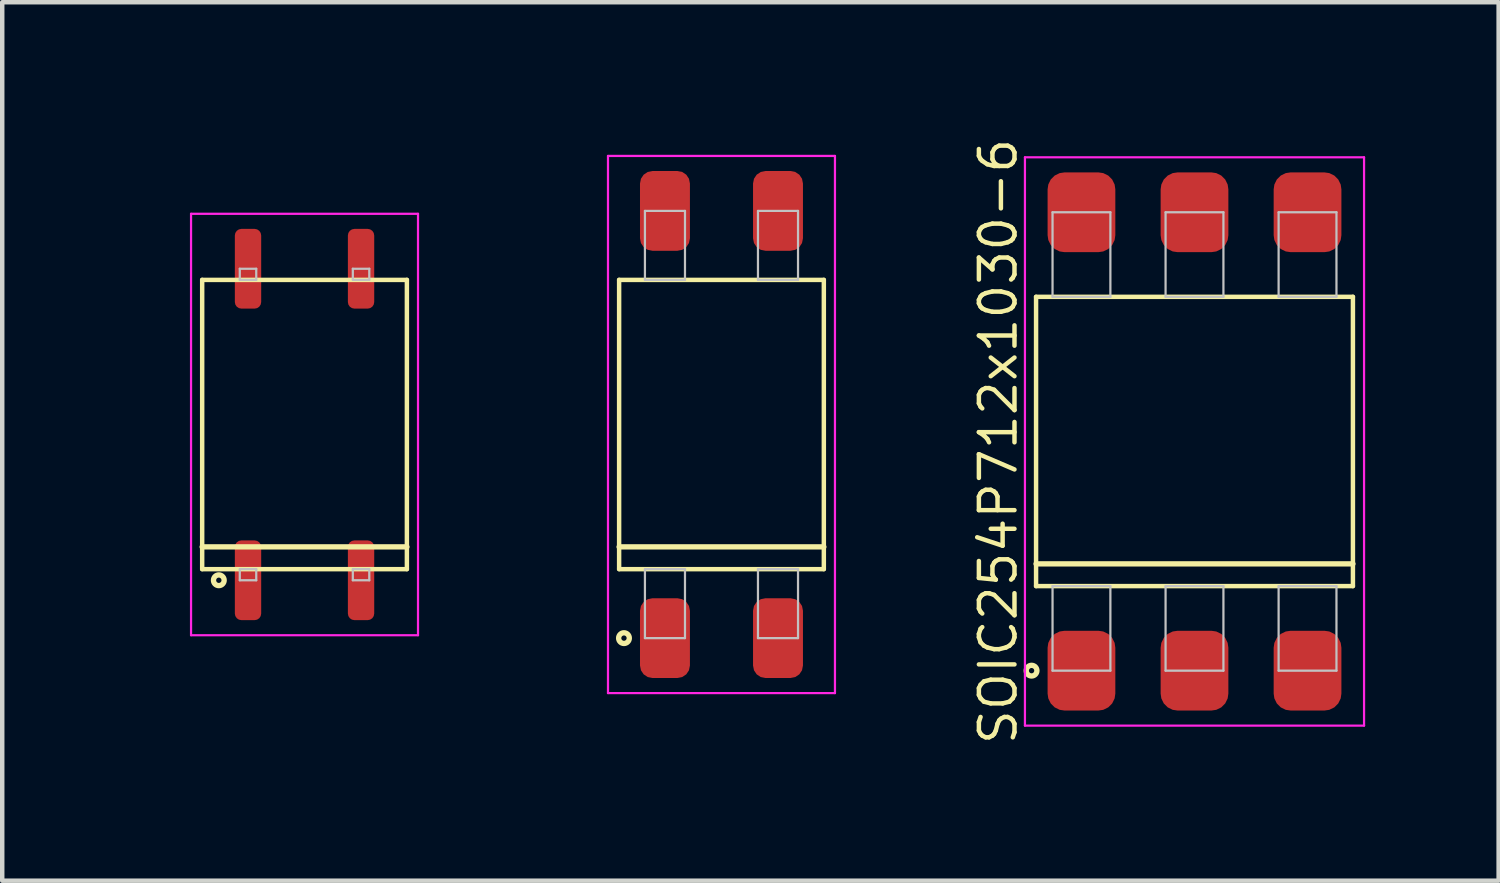
<source format=kicad_pcb>
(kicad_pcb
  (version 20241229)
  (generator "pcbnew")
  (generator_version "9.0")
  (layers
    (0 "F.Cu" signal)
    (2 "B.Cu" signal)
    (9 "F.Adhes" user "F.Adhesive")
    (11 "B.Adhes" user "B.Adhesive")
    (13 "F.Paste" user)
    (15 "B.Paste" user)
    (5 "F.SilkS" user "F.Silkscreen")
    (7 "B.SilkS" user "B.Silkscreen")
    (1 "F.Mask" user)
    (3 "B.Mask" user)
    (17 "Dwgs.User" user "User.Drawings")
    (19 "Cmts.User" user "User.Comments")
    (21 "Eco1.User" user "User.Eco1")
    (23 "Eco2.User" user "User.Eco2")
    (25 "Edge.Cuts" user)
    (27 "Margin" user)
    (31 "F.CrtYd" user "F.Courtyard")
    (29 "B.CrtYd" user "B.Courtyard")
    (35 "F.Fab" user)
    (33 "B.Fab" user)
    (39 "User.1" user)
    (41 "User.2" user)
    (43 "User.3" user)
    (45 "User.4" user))
  (footprint "SOIC254P712x1030-6"
    (layer "F.Cu")
    (at 23.791 6.87)
    (property "Reference" "SOIC254P712x1030-6" (at -4.41 0 90) (layer "F.SilkS") (effects (font (size 0.8 0.8) (thickness 0.1))))
    (attr through_hole)
    (fp_line (start -3.56 -3.25) (end -3.56 3.25) (stroke (width 0.1) (type solid)) (layer "F.SilkS"))
    (fp_line (start -3.56 2.75) (end 3.56 2.75) (stroke (width 0.12) (type solid)) (layer "F.SilkS"))
    (fp_line (start -3.56 3.25) (end 3.56 3.25) (stroke (width 0.1) (type solid)) (layer "F.SilkS"))
    (fp_line (start 3.56 -3.25) (end -3.56 -3.25) (stroke (width 0.1) (type solid)) (layer "F.SilkS"))
    (fp_line (start 3.56 3.25) (end 3.56 -3.25) (stroke (width 0.1) (type solid)) (layer "F.SilkS"))
    (fp_circle (center -3.661 5.15) (end -3.541 5.15) (stroke (width 0.12) (type solid)) (fill no) (layer "F.SilkS"))
    (fp_line (start -3.19 -5.15) (end -3.19 -3.25) (stroke (width 0.05) (type solid)) (layer "Dwgs.User"))
    (fp_line (start -3.19 -3.25) (end -1.89 -3.25) (stroke (width 0.05) (type solid)) (layer "Dwgs.User"))
    (fp_line (start -3.19 3.25) (end -1.89 3.25) (stroke (width 0.05) (type solid)) (layer "Dwgs.User"))
    (fp_line (start -3.19 5.15) (end -3.19 3.25) (stroke (width 0.05) (type solid)) (layer "Dwgs.User"))
    (fp_line (start -1.89 -5.15) (end -3.19 -5.15) (stroke (width 0.05) (type solid)) (layer "Dwgs.User"))
    (fp_line (start -1.89 -3.25) (end -1.89 -5.15) (stroke (width 0.05) (type solid)) (layer "Dwgs.User"))
    (fp_line (start -1.89 3.25) (end -1.89 5.15) (stroke (width 0.05) (type solid)) (layer "Dwgs.User"))
    (fp_line (start -1.89 5.15) (end -3.19 5.15) (stroke (width 0.05) (type solid)) (layer "Dwgs.User"))
    (fp_line (start -0.65 -5.15) (end -0.65 -3.25) (stroke (width 0.05) (type solid)) (layer "Dwgs.User"))
    (fp_line (start -0.65 -3.25) (end 0.65 -3.25) (stroke (width 0.05) (type solid)) (layer "Dwgs.User"))
    (fp_line (start -0.65 3.25) (end 0.65 3.25) (stroke (width 0.05) (type solid)) (layer "Dwgs.User"))
    (fp_line (start -0.65 5.15) (end -0.65 3.25) (stroke (width 0.05) (type solid)) (layer "Dwgs.User"))
    (fp_line (start 0.65 -5.15) (end -0.65 -5.15) (stroke (width 0.05) (type solid)) (layer "Dwgs.User"))
    (fp_line (start 0.65 -3.25) (end 0.65 -5.15) (stroke (width 0.05) (type solid)) (layer "Dwgs.User"))
    (fp_line (start 0.65 3.25) (end 0.65 5.15) (stroke (width 0.05) (type solid)) (layer "Dwgs.User"))
    (fp_line (start 0.65 5.15) (end -0.65 5.15) (stroke (width 0.05) (type solid)) (layer "Dwgs.User"))
    (fp_line (start 1.89 -5.15) (end 1.89 -3.25) (stroke (width 0.05) (type solid)) (layer "Dwgs.User"))
    (fp_line (start 1.89 -3.25) (end 3.19 -3.25) (stroke (width 0.05) (type solid)) (layer "Dwgs.User"))
    (fp_line (start 1.89 3.25) (end 3.19 3.25) (stroke (width 0.05) (type solid)) (layer "Dwgs.User"))
    (fp_line (start 1.89 5.15) (end 1.89 3.25) (stroke (width 0.05) (type solid)) (layer "Dwgs.User"))
    (fp_line (start 3.19 -5.15) (end 1.89 -5.15) (stroke (width 0.05) (type solid)) (layer "Dwgs.User"))
    (fp_line (start 3.19 -3.25) (end 3.19 -5.15) (stroke (width 0.05) (type solid)) (layer "Dwgs.User"))
    (fp_line (start 3.19 3.25) (end 3.19 5.15) (stroke (width 0.05) (type solid)) (layer "Dwgs.User"))
    (fp_line (start 3.19 5.15) (end 1.89 5.15) (stroke (width 0.05) (type solid)) (layer "Dwgs.User"))
    (fp_line (start -3.81 -6.385) (end -3.81 6.385) (stroke (width 0.05) (type solid)) (layer "F.CrtYd"))
    (fp_line (start -3.81 6.385) (end 3.81 6.385) (stroke (width 0.05) (type solid)) (layer "F.CrtYd"))
    (fp_line (start 3.81 -6.385) (end -3.81 -6.385) (stroke (width 0.05) (type solid)) (layer "F.CrtYd"))
    (fp_line (start 3.81 6.385) (end 3.81 -6.385) (stroke (width 0.05) (type solid)) (layer "F.CrtYd"))
    (pad "1" smd roundrect (at -2.54 5.15) (size 1.522 1.792) (layers "F.Cu" "F.Mask" "F.Paste") (roundrect_rratio 0.25))
    (pad "2" smd roundrect (at 0 5.15) (size 1.522 1.792) (layers "F.Cu" "F.Mask" "F.Paste") (roundrect_rratio 0.25))
    (pad "3" smd roundrect (at 2.54 5.15) (size 1.522 1.792) (layers "F.Cu" "F.Mask" "F.Paste") (roundrect_rratio 0.25))
    (pad "4" smd roundrect (at 2.54 -5.15) (size 1.522 1.792) (layers "F.Cu" "F.Mask" "F.Paste") (roundrect_rratio 0.25))
    (pad "5" smd roundrect (at 0 -5.15) (size 1.522 1.792) (layers "F.Cu" "F.Mask" "F.Paste") (roundrect_rratio 0.25))
    (pad "6" smd roundrect (at -2.54 -5.15) (size 1.522 1.792) (layers "F.Cu" "F.Mask" "F.Paste") (roundrect_rratio 0.25)))
  (footprint "SOIC254P460x700-4"
    (layer "F.Cu")
    (at 3.793 6.489)
    (property "Reference" "SOIC254P460x700-4" (at -3.15 0 90) (layer "User.1") (effects (font (size 0.8 0.8) (thickness 0.1))))
    (attr through_hole)
    (fp_line (start -2.3 -3.25) (end -2.3 3.25) (stroke (width 0.1) (type solid)) (layer "F.SilkS"))
    (fp_line (start -2.3 2.75) (end 2.3 2.75) (stroke (width 0.12) (type solid)) (layer "F.SilkS"))
    (fp_line (start -2.3 3.25) (end 2.3 3.25) (stroke (width 0.1) (type solid)) (layer "F.SilkS"))
    (fp_line (start 2.3 -3.25) (end -2.3 -3.25) (stroke (width 0.1) (type solid)) (layer "F.SilkS"))
    (fp_line (start 2.3 3.25) (end 2.3 -3.25) (stroke (width 0.1) (type solid)) (layer "F.SilkS"))
    (fp_circle (center -1.926 3.5) (end -1.806 3.5) (stroke (width 0.12) (type solid)) (fill no) (layer "F.SilkS"))
    (fp_line (start -1.455 -3.5) (end -1.455 -3.25) (stroke (width 0.05) (type solid)) (layer "Dwgs.User"))
    (fp_line (start -1.455 -3.25) (end -1.085 -3.25) (stroke (width 0.05) (type solid)) (layer "Dwgs.User"))
    (fp_line (start -1.455 3.25) (end -1.085 3.25) (stroke (width 0.05) (type solid)) (layer "Dwgs.User"))
    (fp_line (start -1.455 3.5) (end -1.455 3.25) (stroke (width 0.05) (type solid)) (layer "Dwgs.User"))
    (fp_line (start -1.085 -3.5) (end -1.455 -3.5) (stroke (width 0.05) (type solid)) (layer "Dwgs.User"))
    (fp_line (start -1.085 -3.25) (end -1.085 -3.5) (stroke (width 0.05) (type solid)) (layer "Dwgs.User"))
    (fp_line (start -1.085 3.25) (end -1.085 3.5) (stroke (width 0.05) (type solid)) (layer "Dwgs.User"))
    (fp_line (start -1.085 3.5) (end -1.455 3.5) (stroke (width 0.05) (type solid)) (layer "Dwgs.User"))
    (fp_line (start 1.085 -3.5) (end 1.085 -3.25) (stroke (width 0.05) (type solid)) (layer "Dwgs.User"))
    (fp_line (start 1.085 -3.25) (end 1.455 -3.25) (stroke (width 0.05) (type solid)) (layer "Dwgs.User"))
    (fp_line (start 1.085 3.25) (end 1.455 3.25) (stroke (width 0.05) (type solid)) (layer "Dwgs.User"))
    (fp_line (start 1.085 3.5) (end 1.085 3.25) (stroke (width 0.05) (type solid)) (layer "Dwgs.User"))
    (fp_line (start 1.455 -3.5) (end 1.085 -3.5) (stroke (width 0.05) (type solid)) (layer "Dwgs.User"))
    (fp_line (start 1.455 -3.25) (end 1.455 -3.5) (stroke (width 0.05) (type solid)) (layer "Dwgs.User"))
    (fp_line (start 1.455 3.25) (end 1.455 3.5) (stroke (width 0.05) (type solid)) (layer "Dwgs.User"))
    (fp_line (start 1.455 3.5) (end 1.085 3.5) (stroke (width 0.05) (type solid)) (layer "Dwgs.User"))
    (fp_line (start -2.55 -4.735) (end -2.55 4.735) (stroke (width 0.05) (type solid)) (layer "F.CrtYd"))
    (fp_line (start -2.55 4.735) (end 2.55 4.735) (stroke (width 0.05) (type solid)) (layer "F.CrtYd"))
    (fp_line (start 2.55 -4.735) (end -2.55 -4.735) (stroke (width 0.05) (type solid)) (layer "F.CrtYd"))
    (fp_line (start 2.55 4.735) (end 2.55 -4.735) (stroke (width 0.05) (type solid)) (layer "F.CrtYd"))
    (pad "1" smd roundrect (at -1.27 3.5) (size 0.592 1.792) (layers "F.Cu" "F.Mask" "F.Paste") (roundrect_rratio 0.25))
    (pad "2" smd roundrect (at 1.27 3.5) (size 0.592 1.792) (layers "F.Cu" "F.Mask" "F.Paste") (roundrect_rratio 0.25))
    (pad "3" smd roundrect (at 1.27 -3.5) (size 0.592 1.792) (layers "F.Cu" "F.Mask" "F.Paste") (roundrect_rratio 0.25))
    (pad "4" smd roundrect (at -1.27 -3.5) (size 0.592 1.792) (layers "F.Cu" "F.Mask" "F.Paste") (roundrect_rratio 0.25)))
  (footprint "SOIC254P460x960-4"
    (layer "F.Cu")
    (at 13.162 6.489)
    (property "Reference" "SOIC254P460x960-4" (at -3.15 0 90) (layer "User.1") (effects (font (size 0.8 0.8) (thickness 0.1))))
    (attr through_hole)
    (fp_line (start -2.3 -3.25) (end -2.3 3.25) (stroke (width 0.1) (type solid)) (layer "F.SilkS"))
    (fp_line (start -2.3 2.75) (end 2.3 2.75) (stroke (width 0.12) (type solid)) (layer "F.SilkS"))
    (fp_line (start -2.3 3.25) (end 2.3 3.25) (stroke (width 0.1) (type solid)) (layer "F.SilkS"))
    (fp_line (start 2.3 -3.25) (end -2.3 -3.25) (stroke (width 0.1) (type solid)) (layer "F.SilkS"))
    (fp_line (start 2.3 3.25) (end 2.3 -3.25) (stroke (width 0.1) (type solid)) (layer "F.SilkS"))
    (fp_circle (center -2.191 4.8) (end -2.071 4.8) (stroke (width 0.12) (type solid)) (fill no) (layer "F.SilkS"))
    (fp_line (start -1.72 -4.8) (end -1.72 -3.25) (stroke (width 0.05) (type solid)) (layer "Dwgs.User"))
    (fp_line (start -1.72 -3.25) (end -0.82 -3.25) (stroke (width 0.05) (type solid)) (layer "Dwgs.User"))
    (fp_line (start -1.72 3.25) (end -0.82 3.25) (stroke (width 0.05) (type solid)) (layer "Dwgs.User"))
    (fp_line (start -1.72 4.8) (end -1.72 3.25) (stroke (width 0.05) (type solid)) (layer "Dwgs.User"))
    (fp_line (start -0.82 -4.8) (end -1.72 -4.8) (stroke (width 0.05) (type solid)) (layer "Dwgs.User"))
    (fp_line (start -0.82 -3.25) (end -0.82 -4.8) (stroke (width 0.05) (type solid)) (layer "Dwgs.User"))
    (fp_line (start -0.82 3.25) (end -0.82 4.8) (stroke (width 0.05) (type solid)) (layer "Dwgs.User"))
    (fp_line (start -0.82 4.8) (end -1.72 4.8) (stroke (width 0.05) (type solid)) (layer "Dwgs.User"))
    (fp_line (start 0.82 -4.8) (end 0.82 -3.25) (stroke (width 0.05) (type solid)) (layer "Dwgs.User"))
    (fp_line (start 0.82 -3.25) (end 1.72 -3.25) (stroke (width 0.05) (type solid)) (layer "Dwgs.User"))
    (fp_line (start 0.82 3.25) (end 1.72 3.25) (stroke (width 0.05) (type solid)) (layer "Dwgs.User"))
    (fp_line (start 0.82 4.8) (end 0.82 3.25) (stroke (width 0.05) (type solid)) (layer "Dwgs.User"))
    (fp_line (start 1.72 -4.8) (end 0.82 -4.8) (stroke (width 0.05) (type solid)) (layer "Dwgs.User"))
    (fp_line (start 1.72 -3.25) (end 1.72 -4.8) (stroke (width 0.05) (type solid)) (layer "Dwgs.User"))
    (fp_line (start 1.72 3.25) (end 1.72 4.8) (stroke (width 0.05) (type solid)) (layer "Dwgs.User"))
    (fp_line (start 1.72 4.8) (end 0.82 4.8) (stroke (width 0.05) (type solid)) (layer "Dwgs.User"))
    (fp_line (start -2.55 -6.035) (end -2.55 6.035) (stroke (width 0.05) (type solid)) (layer "F.CrtYd"))
    (fp_line (start -2.55 6.035) (end 2.55 6.035) (stroke (width 0.05) (type solid)) (layer "F.CrtYd"))
    (fp_line (start 2.55 -6.035) (end -2.55 -6.035) (stroke (width 0.05) (type solid)) (layer "F.CrtYd"))
    (fp_line (start 2.55 6.035) (end 2.55 -6.035) (stroke (width 0.05) (type solid)) (layer "F.CrtYd"))
    (pad "1" smd roundrect (at -1.27 4.8) (size 1.122 1.792) (layers "F.Cu" "F.Mask" "F.Paste") (roundrect_rratio 0.25))
    (pad "2" smd roundrect (at 1.27 4.8) (size 1.122 1.792) (layers "F.Cu" "F.Mask" "F.Paste") (roundrect_rratio 0.25))
    (pad "3" smd roundrect (at 1.27 -4.8) (size 1.122 1.792) (layers "F.Cu" "F.Mask" "F.Paste") (roundrect_rratio 0.25))
    (pad "4" smd roundrect (at -1.27 -4.8) (size 1.122 1.792) (layers "F.Cu" "F.Mask" "F.Paste") (roundrect_rratio 0.25)))
  (gr_rect
    (start -3 -3)
    (end 30.625 16.74)
    (stroke (width 0.1) (type default))
    (fill no)
    (layer "Edge.Cuts")))
</source>
